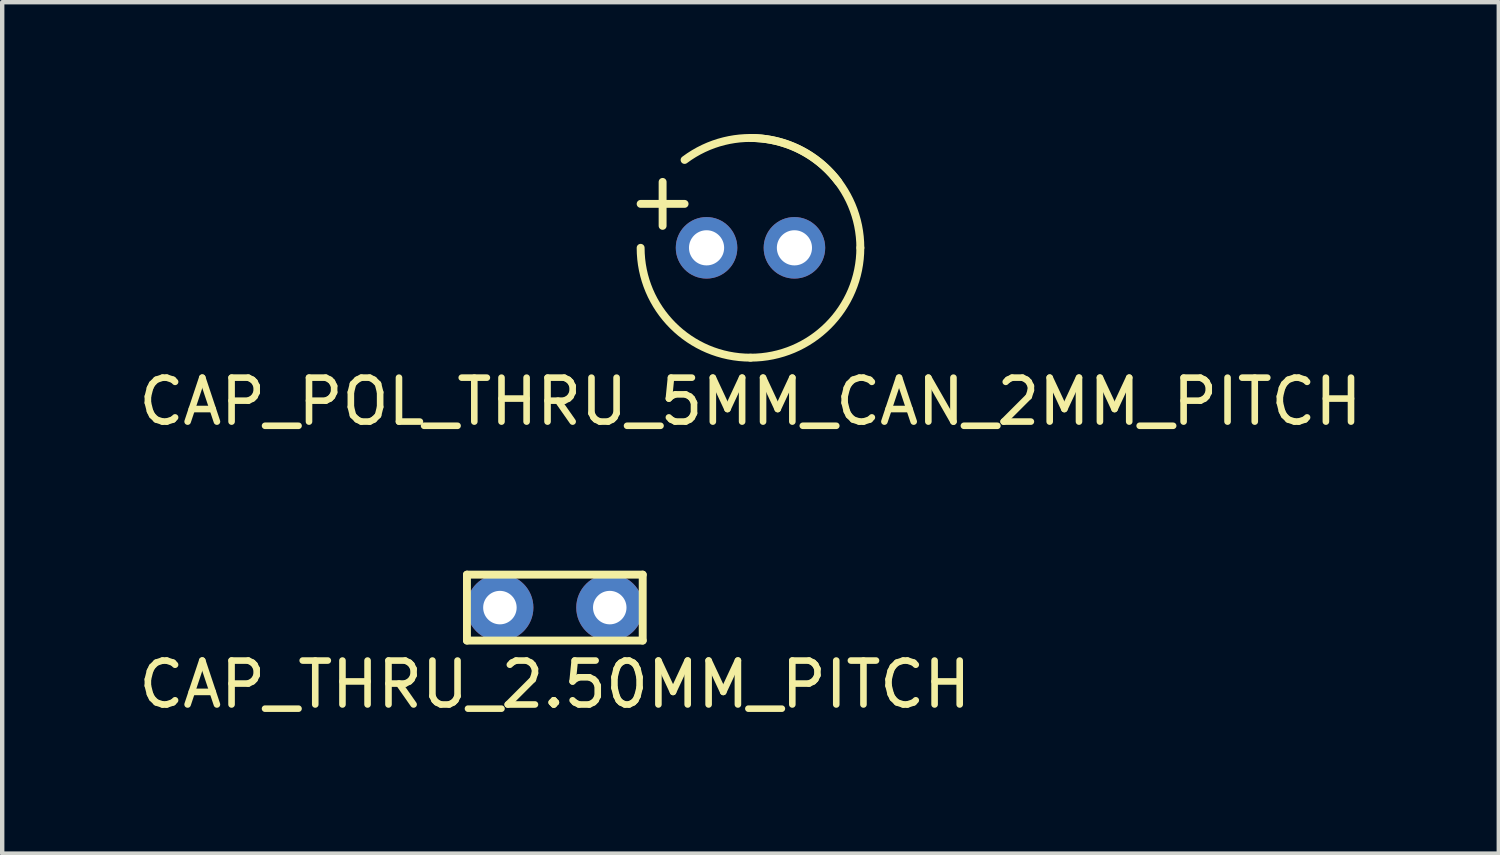
<source format=kicad_pcb>
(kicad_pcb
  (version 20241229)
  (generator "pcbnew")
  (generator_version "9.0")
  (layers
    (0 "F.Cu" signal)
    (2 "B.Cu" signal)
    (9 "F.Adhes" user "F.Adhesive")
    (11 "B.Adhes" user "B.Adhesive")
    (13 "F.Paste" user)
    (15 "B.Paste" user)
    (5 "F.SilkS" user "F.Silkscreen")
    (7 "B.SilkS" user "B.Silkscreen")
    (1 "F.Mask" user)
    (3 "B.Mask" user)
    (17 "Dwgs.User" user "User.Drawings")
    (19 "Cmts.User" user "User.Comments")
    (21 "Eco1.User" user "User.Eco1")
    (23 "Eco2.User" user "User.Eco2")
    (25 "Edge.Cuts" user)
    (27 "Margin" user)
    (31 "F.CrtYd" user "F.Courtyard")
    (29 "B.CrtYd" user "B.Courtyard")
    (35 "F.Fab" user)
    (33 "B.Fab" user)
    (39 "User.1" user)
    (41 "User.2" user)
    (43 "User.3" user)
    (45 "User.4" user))
  (footprint "CAP_THRU_2.50MM_PITCH"
    (layer "F.Cu")
    (at 9.577 10.778)
    (property "Reference" "CAP_THRU_2.50MM_PITCH" (at 0 1.75 0) (layer "F.SilkS") (effects (font (size 1 1) (thickness 0.15))))
    (attr through_hole)
    (fp_line (start -2 -0.75) (end 2 -0.75) (stroke (width 0.18) (type solid)) (layer "F.SilkS"))
    (fp_line (start -2 0.75) (end -2 -0.75) (stroke (width 0.18) (type solid)) (layer "F.SilkS"))
    (fp_line (start 2 -0.75) (end 2 0.75) (stroke (width 0.18) (type solid)) (layer "F.SilkS"))
    (fp_line (start 2 0.75) (end -2 0.75) (stroke (width 0.18) (type solid)) (layer "F.SilkS"))
    (pad "1" thru_hole circle (at -1.25 0) (size 1.524 1.524) (drill 0.762) (layers "*.Cu" "*.Mask"))
    (pad "2" thru_hole circle (at 1.25 0) (size 1.524 1.524) (drill 0.762) (layers "*.Cu" "*.Mask")))
  (footprint "CAP_POL_THRU_5MM_CAN_2MM_PITCH"
    (layer "F.Cu")
    (at 14.03 2.59)
    (property "Reference" "CAP_POL_THRU_5MM_CAN_2MM_PITCH" (at 0 3.5 0) (layer "F.SilkS") (effects (font (size 1 1) (thickness 0.15))))
    (attr through_hole)
    (fp_line (start -2 -0.5) (end -2 -1.5) (stroke (width 0.18) (type solid)) (layer "F.SilkS"))
    (fp_line (start -1.5 -1) (end -2.5 -1) (stroke (width 0.18) (type solid)) (layer "F.SilkS"))
    (fp_arc (start -1.5 -2) (mid 0.353553 -2.474874) (end 2 -1.5) (stroke (width 0.18) (type solid)) (layer "F.SilkS"))
    (fp_arc (start 0 -2.5) (mid 1.767767 -1.767767) (end 2.5 0) (stroke (width 0.18) (type solid)) (layer "F.SilkS"))
    (fp_arc (start 0 2.5) (mid -1.767767 1.767767) (end -2.5 0) (stroke (width 0.18) (type solid)) (layer "F.SilkS"))
    (fp_arc (start 2.5 0) (mid 1.767767 1.767767) (end 0 2.5) (stroke (width 0.18) (type solid)) (layer "F.SilkS"))
    (pad "1" thru_hole circle (at -1 0) (size 1.4 1.4) (drill 0.8) (layers "*.Cu" "*.Mask"))
    (pad "2" thru_hole circle (at 1 0) (size 1.4 1.4) (drill 0.8) (layers "*.Cu" "*.Mask")))
  (gr_rect
    (start -3 -3)
    (end 31.06 16.377)
    (stroke (width 0.1) (type default))
    (fill no)
    (layer "Edge.Cuts")))
</source>
